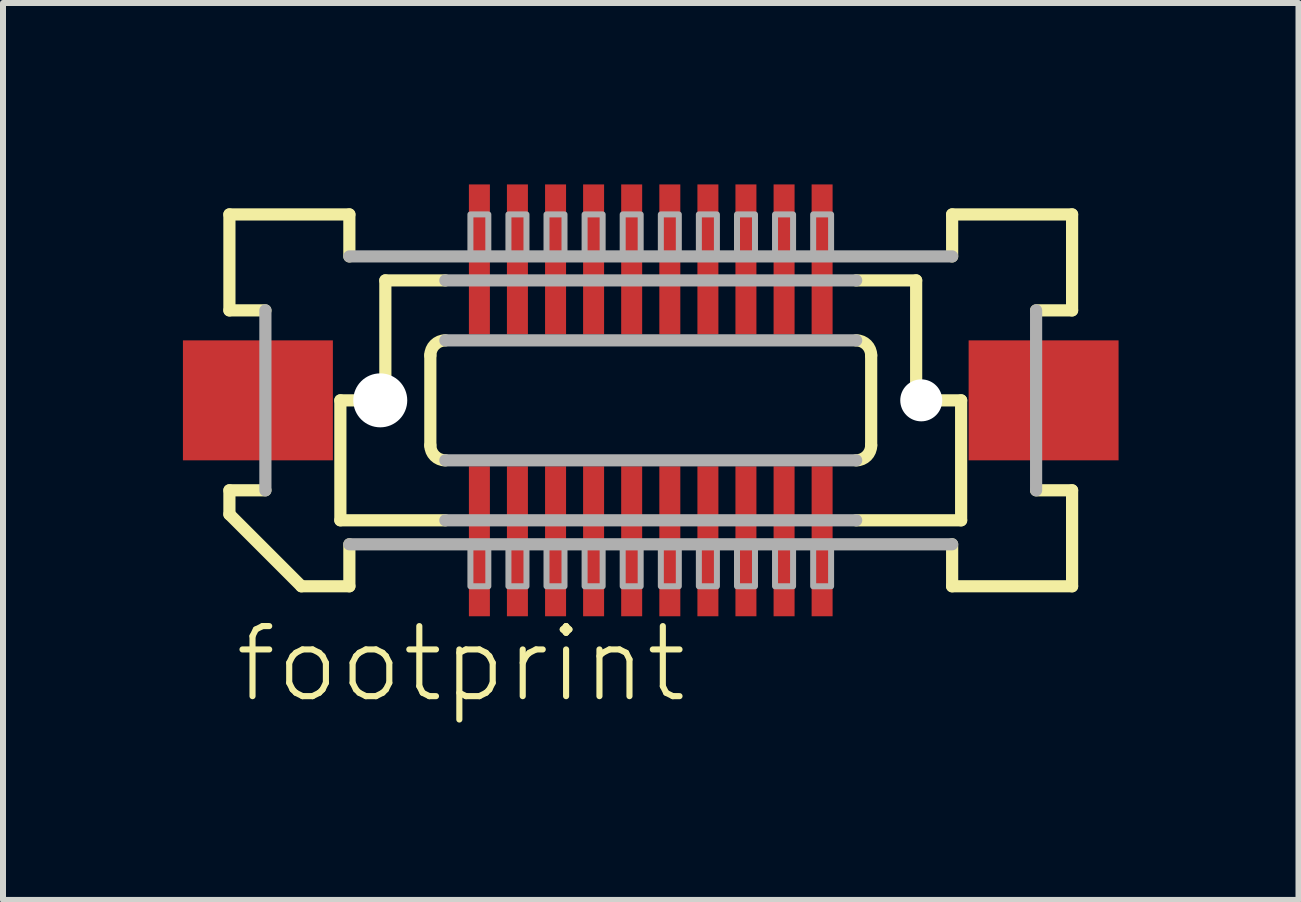
<source format=kicad_pcb>
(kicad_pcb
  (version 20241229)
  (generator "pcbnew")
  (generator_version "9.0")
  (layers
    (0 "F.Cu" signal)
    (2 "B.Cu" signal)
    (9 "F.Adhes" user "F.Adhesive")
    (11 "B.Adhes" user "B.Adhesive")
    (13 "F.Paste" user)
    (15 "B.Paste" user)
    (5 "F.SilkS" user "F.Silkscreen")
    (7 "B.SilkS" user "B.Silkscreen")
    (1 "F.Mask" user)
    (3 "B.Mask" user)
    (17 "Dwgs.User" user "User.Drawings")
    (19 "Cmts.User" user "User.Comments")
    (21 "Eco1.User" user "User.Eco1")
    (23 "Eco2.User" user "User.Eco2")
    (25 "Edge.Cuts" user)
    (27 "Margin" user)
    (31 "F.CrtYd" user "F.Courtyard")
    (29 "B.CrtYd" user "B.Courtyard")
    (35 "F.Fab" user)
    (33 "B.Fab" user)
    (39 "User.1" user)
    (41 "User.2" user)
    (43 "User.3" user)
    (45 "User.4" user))
  (footprint "footprint"
    (layer "F.Cu")
    (at 7.8 3.625)
    (property "Reference" "footprint" (at -6.985 5.08 0) (layer "F.SilkS") (effects (font (size 1.168 1.168) (thickness 0.102)) (justify left bottom)))
    (fp_poly (pts (xy -3.058 3.625) (xy -2.658 3.625) (xy -2.658 1.075) (xy -3.058 1.075)) (stroke (width 0) (type solid)) (fill yes) (layer "F.Mask"))
    (fp_poly (pts (xy -2.658 -3.625) (xy -3.058 -3.625) (xy -3.058 -1.075) (xy -2.658 -1.075)) (stroke (width 0) (type solid)) (fill yes) (layer "F.Mask"))
    (fp_poly (pts (xy -2.422 3.625) (xy -2.022 3.625) (xy -2.022 1.075) (xy -2.422 1.075)) (stroke (width 0) (type solid)) (fill yes) (layer "F.Mask"))
    (fp_poly (pts (xy -2.022 -3.625) (xy -2.422 -3.625) (xy -2.422 -1.075) (xy -2.022 -1.075)) (stroke (width 0) (type solid)) (fill yes) (layer "F.Mask"))
    (fp_poly (pts (xy -1.788 3.625) (xy -1.387 3.625) (xy -1.387 1.075) (xy -1.788 1.075)) (stroke (width 0) (type solid)) (fill yes) (layer "F.Mask"))
    (fp_poly (pts (xy -1.387 -3.625) (xy -1.788 -3.625) (xy -1.788 -1.075) (xy -1.387 -1.075)) (stroke (width 0) (type solid)) (fill yes) (layer "F.Mask"))
    (fp_poly (pts (xy -1.153 3.625) (xy -0.752 3.625) (xy -0.752 1.075) (xy -1.153 1.075)) (stroke (width 0) (type solid)) (fill yes) (layer "F.Mask"))
    (fp_poly (pts (xy -0.752 -3.625) (xy -1.153 -3.625) (xy -1.153 -1.075) (xy -0.752 -1.075)) (stroke (width 0) (type solid)) (fill yes) (layer "F.Mask"))
    (fp_poly (pts (xy -0.517 3.625) (xy -0.117 3.625) (xy -0.117 1.075) (xy -0.517 1.075)) (stroke (width 0) (type solid)) (fill yes) (layer "F.Mask"))
    (fp_poly (pts (xy -0.117 -3.625) (xy -0.517 -3.625) (xy -0.517 -1.075) (xy -0.117 -1.075)) (stroke (width 0) (type solid)) (fill yes) (layer "F.Mask"))
    (fp_poly (pts (xy 0.117 3.625) (xy 0.517 3.625) (xy 0.517 1.075) (xy 0.117 1.075)) (stroke (width 0) (type solid)) (fill yes) (layer "F.Mask"))
    (fp_poly (pts (xy 0.517 -3.625) (xy 0.117 -3.625) (xy 0.117 -1.075) (xy 0.517 -1.075)) (stroke (width 0) (type solid)) (fill yes) (layer "F.Mask"))
    (fp_poly (pts (xy 0.752 3.625) (xy 1.153 3.625) (xy 1.153 1.075) (xy 0.752 1.075)) (stroke (width 0) (type solid)) (fill yes) (layer "F.Mask"))
    (fp_poly (pts (xy 1.153 -3.625) (xy 0.752 -3.625) (xy 0.752 -1.075) (xy 1.153 -1.075)) (stroke (width 0) (type solid)) (fill yes) (layer "F.Mask"))
    (fp_poly (pts (xy 1.387 3.625) (xy 1.788 3.625) (xy 1.788 1.075) (xy 1.387 1.075)) (stroke (width 0) (type solid)) (fill yes) (layer "F.Mask"))
    (fp_poly (pts (xy 1.788 -3.625) (xy 1.387 -3.625) (xy 1.387 -1.075) (xy 1.788 -1.075)) (stroke (width 0) (type solid)) (fill yes) (layer "F.Mask"))
    (fp_poly (pts (xy 2.022 3.625) (xy 2.422 3.625) (xy 2.422 1.075) (xy 2.022 1.075)) (stroke (width 0) (type solid)) (fill yes) (layer "F.Mask"))
    (fp_poly (pts (xy 2.422 -3.625) (xy 2.022 -3.625) (xy 2.022 -1.075) (xy 2.422 -1.075)) (stroke (width 0) (type solid)) (fill yes) (layer "F.Mask"))
    (fp_poly (pts (xy 2.658 3.625) (xy 3.058 3.625) (xy 3.058 1.075) (xy 2.658 1.075)) (stroke (width 0) (type solid)) (fill yes) (layer "F.Mask"))
    (fp_poly (pts (xy 3.058 -3.625) (xy 2.658 -3.625) (xy 2.658 -1.075) (xy 3.058 -1.075)) (stroke (width 0) (type solid)) (fill yes) (layer "F.Mask"))
    (fp_line (start -7.025 -3.1) (end -5.025 -3.1) (stroke (width 0.203) (type solid)) (layer "F.SilkS"))
    (fp_line (start -7.025 -1.5) (end -7.025 -3.1) (stroke (width 0.203) (type solid)) (layer "F.SilkS"))
    (fp_line (start -7.025 1.5) (end -6.425 1.5) (stroke (width 0.203) (type solid)) (layer "F.SilkS"))
    (fp_line (start -7.025 1.9) (end -7.025 1.5) (stroke (width 0.203) (type solid)) (layer "F.SilkS"))
    (fp_line (start -6.425 -1.5) (end -7.025 -1.5) (stroke (width 0.203) (type solid)) (layer "F.SilkS"))
    (fp_line (start -5.825 3.1) (end -7.025 1.9) (stroke (width 0.203) (type solid)) (layer "F.SilkS"))
    (fp_line (start -5.175 0) (end -5.175 2) (stroke (width 0.203) (type solid)) (layer "F.SilkS"))
    (fp_line (start -5.175 2) (end -3.425 2) (stroke (width 0.203) (type solid)) (layer "F.SilkS"))
    (fp_line (start -5.025 -3.1) (end -5.025 -2.4) (stroke (width 0.203) (type solid)) (layer "F.SilkS"))
    (fp_line (start -5.025 2.4) (end -5.025 3.1) (stroke (width 0.203) (type solid)) (layer "F.SilkS"))
    (fp_line (start -5.025 3.1) (end -5.825 3.1) (stroke (width 0.203) (type solid)) (layer "F.SilkS"))
    (fp_line (start -4.425 -2) (end -4.425 0) (stroke (width 0.203) (type solid)) (layer "F.SilkS"))
    (fp_line (start -4.425 0) (end -5.175 0) (stroke (width 0.203) (type solid)) (layer "F.SilkS"))
    (fp_line (start -3.675 0.75) (end -3.675 -0.75) (stroke (width 0.203) (type solid)) (layer "F.SilkS"))
    (fp_line (start -3.425 -2) (end -4.425 -2) (stroke (width 0.203) (type solid)) (layer "F.SilkS"))
    (fp_line (start 3.425 2) (end 5.175 2) (stroke (width 0.203) (type solid)) (layer "F.SilkS"))
    (fp_line (start 3.675 -0.75) (end 3.675 0.75) (stroke (width 0.203) (type solid)) (layer "F.SilkS"))
    (fp_line (start 4.425 -2) (end 3.425 -2) (stroke (width 0.203) (type solid)) (layer "F.SilkS"))
    (fp_line (start 4.425 -2) (end 4.425 0) (stroke (width 0.203) (type solid)) (layer "F.SilkS"))
    (fp_line (start 5.025 -3.1) (end 7.025 -3.1) (stroke (width 0.203) (type solid)) (layer "F.SilkS"))
    (fp_line (start 5.025 -2.4) (end 5.025 -3.1) (stroke (width 0.203) (type solid)) (layer "F.SilkS"))
    (fp_line (start 5.025 3.1) (end 5.025 2.4) (stroke (width 0.203) (type solid)) (layer "F.SilkS"))
    (fp_line (start 5.175 0) (end 4.425 0) (stroke (width 0.203) (type solid)) (layer "F.SilkS"))
    (fp_line (start 5.175 0) (end 5.175 2) (stroke (width 0.203) (type solid)) (layer "F.SilkS"))
    (fp_line (start 6.425 1.5) (end 7.025 1.5) (stroke (width 0.203) (type solid)) (layer "F.SilkS"))
    (fp_line (start 7.025 -3.1) (end 7.025 -1.5) (stroke (width 0.203) (type solid)) (layer "F.SilkS"))
    (fp_line (start 7.025 -1.5) (end 6.425 -1.5) (stroke (width 0.203) (type solid)) (layer "F.SilkS"))
    (fp_line (start 7.025 1.5) (end 7.025 3.1) (stroke (width 0.203) (type solid)) (layer "F.SilkS"))
    (fp_line (start 7.025 3.1) (end 5.025 3.1) (stroke (width 0.203) (type solid)) (layer "F.SilkS"))
    (fp_arc (start -3.675 -0.75) (mid -3.601777 -0.926777) (end -3.425 -1) (stroke (width 0.2032) (type solid)) (layer "F.SilkS"))
    (fp_arc (start -3.425 1) (mid -3.601777 0.926777) (end -3.675 0.75) (stroke (width 0.2032) (type solid)) (layer "F.SilkS"))
    (fp_arc (start 3.425 -1) (mid 3.601777 -0.926777) (end 3.675 -0.75) (stroke (width 0.2032) (type solid)) (layer "F.SilkS"))
    (fp_arc (start 3.675 0.75) (mid 3.601777 0.926777) (end 3.425 1) (stroke (width 0.2032) (type solid)) (layer "F.SilkS"))
    (fp_line (start -6.425 1.5) (end -6.425 -1.5) (stroke (width 0.203) (type solid)) (layer "F.Fab"))
    (fp_line (start -5.025 -2.4) (end 5.025 -2.4) (stroke (width 0.203) (type solid)) (layer "F.Fab"))
    (fp_line (start -3.425 -1) (end 3.425 -1) (stroke (width 0.203) (type solid)) (layer "F.Fab"))
    (fp_line (start -3.425 2) (end 3.425 2) (stroke (width 0.203) (type solid)) (layer "F.Fab"))
    (fp_line (start 3.425 -2) (end -3.425 -2) (stroke (width 0.203) (type solid)) (layer "F.Fab"))
    (fp_line (start 3.425 1) (end -3.425 1) (stroke (width 0.203) (type solid)) (layer "F.Fab"))
    (fp_line (start 5.025 2.4) (end -5.025 2.4) (stroke (width 0.203) (type solid)) (layer "F.Fab"))
    (fp_line (start 6.425 -1.5) (end 6.425 1.5) (stroke (width 0.203) (type solid)) (layer "F.Fab"))
    (fp_poly (pts (xy -3.007 3.1) (xy -2.708 3.1) (xy -2.708 2.375) (xy -3.007 2.375)) (stroke (width 0.1) (type solid)) (fill no) (layer "F.Fab"))
    (fp_poly (pts (xy -2.708 -3.1) (xy -3.007 -3.1) (xy -3.007 -2.375) (xy -2.708 -2.375)) (stroke (width 0.1) (type solid)) (fill no) (layer "F.Fab"))
    (fp_poly (pts (xy -2.373 3.1) (xy -2.072 3.1) (xy -2.072 2.375) (xy -2.373 2.375)) (stroke (width 0.1) (type solid)) (fill no) (layer "F.Fab"))
    (fp_poly (pts (xy -2.072 -3.1) (xy -2.373 -3.1) (xy -2.373 -2.375) (xy -2.072 -2.375)) (stroke (width 0.1) (type solid)) (fill no) (layer "F.Fab"))
    (fp_poly (pts (xy -1.738 3.1) (xy -1.438 3.1) (xy -1.438 2.375) (xy -1.738 2.375)) (stroke (width 0.1) (type solid)) (fill no) (layer "F.Fab"))
    (fp_poly (pts (xy -1.438 -3.1) (xy -1.738 -3.1) (xy -1.738 -2.375) (xy -1.438 -2.375)) (stroke (width 0.1) (type solid)) (fill no) (layer "F.Fab"))
    (fp_poly (pts (xy -1.103 3.1) (xy -0.802 3.1) (xy -0.802 2.375) (xy -1.103 2.375)) (stroke (width 0.1) (type solid)) (fill no) (layer "F.Fab"))
    (fp_poly (pts (xy -0.802 -3.1) (xy -1.103 -3.1) (xy -1.103 -2.375) (xy -0.802 -2.375)) (stroke (width 0.1) (type solid)) (fill no) (layer "F.Fab"))
    (fp_poly (pts (xy -0.468 3.1) (xy -0.168 3.1) (xy -0.168 2.375) (xy -0.468 2.375)) (stroke (width 0.1) (type solid)) (fill no) (layer "F.Fab"))
    (fp_poly (pts (xy -0.168 -3.1) (xy -0.468 -3.1) (xy -0.468 -2.375) (xy -0.168 -2.375)) (stroke (width 0.1) (type solid)) (fill no) (layer "F.Fab"))
    (fp_poly (pts (xy 0.168 3.1) (xy 0.468 3.1) (xy 0.468 2.375) (xy 0.168 2.375)) (stroke (width 0.1) (type solid)) (fill no) (layer "F.Fab"))
    (fp_poly (pts (xy 0.468 -3.1) (xy 0.168 -3.1) (xy 0.168 -2.375) (xy 0.468 -2.375)) (stroke (width 0.1) (type solid)) (fill no) (layer "F.Fab"))
    (fp_poly (pts (xy 0.802 3.1) (xy 1.103 3.1) (xy 1.103 2.375) (xy 0.802 2.375)) (stroke (width 0.1) (type solid)) (fill no) (layer "F.Fab"))
    (fp_poly (pts (xy 1.103 -3.1) (xy 0.802 -3.1) (xy 0.802 -2.375) (xy 1.103 -2.375)) (stroke (width 0.1) (type solid)) (fill no) (layer "F.Fab"))
    (fp_poly (pts (xy 1.438 3.1) (xy 1.738 3.1) (xy 1.738 2.375) (xy 1.438 2.375)) (stroke (width 0.1) (type solid)) (fill no) (layer "F.Fab"))
    (fp_poly (pts (xy 1.738 -3.1) (xy 1.438 -3.1) (xy 1.438 -2.375) (xy 1.738 -2.375)) (stroke (width 0.1) (type solid)) (fill no) (layer "F.Fab"))
    (fp_poly (pts (xy 2.072 3.1) (xy 2.373 3.1) (xy 2.373 2.375) (xy 2.072 2.375)) (stroke (width 0.1) (type solid)) (fill no) (layer "F.Fab"))
    (fp_poly (pts (xy 2.373 -3.1) (xy 2.072 -3.1) (xy 2.072 -2.375) (xy 2.373 -2.375)) (stroke (width 0.1) (type solid)) (fill no) (layer "F.Fab"))
    (fp_poly (pts (xy 2.708 3.1) (xy 3.007 3.1) (xy 3.007 2.375) (xy 2.708 2.375)) (stroke (width 0.1) (type solid)) (fill no) (layer "F.Fab"))
    (fp_poly (pts (xy 3.007 -3.1) (xy 2.708 -3.1) (xy 2.708 -2.375) (xy 3.007 -2.375)) (stroke (width 0.1) (type solid)) (fill no) (layer "F.Fab"))
    (pad "" np_thru_hole circle (at -4.51 0) (size 0.9 0.9) (drill 0.9) (layers "*.Cu" "*.Mask"))
    (pad "" np_thru_hole circle (at 4.51 0) (size 0.7 0.7) (drill 0.7) (layers "*.Cu" "*.Mask"))
    (pad "1" smd rect (at -2.857 2.35) (size 0.35 2.5) (layers "F.Cu" "F.Paste"))
    (pad "2" smd rect (at -2.857 -2.35 180) (size 0.35 2.5) (layers "F.Cu" "F.Paste"))
    (pad "3" smd rect (at -2.223 2.35) (size 0.35 2.5) (layers "F.Cu" "F.Paste"))
    (pad "4" smd rect (at -2.223 -2.35 180) (size 0.35 2.5) (layers "F.Cu" "F.Paste"))
    (pad "5" smd rect (at -1.587 2.35) (size 0.35 2.5) (layers "F.Cu" "F.Paste"))
    (pad "6" smd rect (at -1.587 -2.35 180) (size 0.35 2.5) (layers "F.Cu" "F.Paste"))
    (pad "7" smd rect (at -0.953 2.35) (size 0.35 2.5) (layers "F.Cu" "F.Paste"))
    (pad "8" smd rect (at -0.953 -2.35 180) (size 0.35 2.5) (layers "F.Cu" "F.Paste"))
    (pad "9" smd rect (at -0.318 2.35) (size 0.35 2.5) (layers "F.Cu" "F.Paste"))
    (pad "10" smd rect (at -0.318 -2.35 180) (size 0.35 2.5) (layers "F.Cu" "F.Paste"))
    (pad "11" smd rect (at 0.318 2.35) (size 0.35 2.5) (layers "F.Cu" "F.Paste"))
    (pad "12" smd rect (at 0.318 -2.35 180) (size 0.35 2.5) (layers "F.Cu" "F.Paste"))
    (pad "13" smd rect (at 0.953 2.35) (size 0.35 2.5) (layers "F.Cu" "F.Paste"))
    (pad "14" smd rect (at 0.953 -2.35 180) (size 0.35 2.5) (layers "F.Cu" "F.Paste"))
    (pad "15" smd rect (at 1.587 2.35) (size 0.35 2.5) (layers "F.Cu" "F.Paste"))
    (pad "16" smd rect (at 1.587 -2.35 180) (size 0.35 2.5) (layers "F.Cu" "F.Paste"))
    (pad "17" smd rect (at 2.223 2.35) (size 0.35 2.5) (layers "F.Cu" "F.Paste"))
    (pad "18" smd rect (at 2.223 -2.35 180) (size 0.35 2.5) (layers "F.Cu" "F.Paste"))
    (pad "19" smd rect (at 2.857 2.35) (size 0.35 2.5) (layers "F.Cu" "F.Paste"))
    (pad "20" smd rect (at 2.857 -2.35 180) (size 0.35 2.5) (layers "F.Cu" "F.Paste"))
    (pad "M1" smd rect (at -6.55 0) (size 2.5 2) (layers "F.Cu" "F.Mask" "F.Paste"))
    (pad "M2" smd rect (at 6.55 0 180) (size 2.5 2) (layers "F.Cu" "F.Mask" "F.Paste")))
  (gr_rect
    (start -3 -3)
    (end 18.6 11.955)
    (stroke (width 0.1) (type default))
    (fill no)
    (layer "Edge.Cuts")))
</source>
